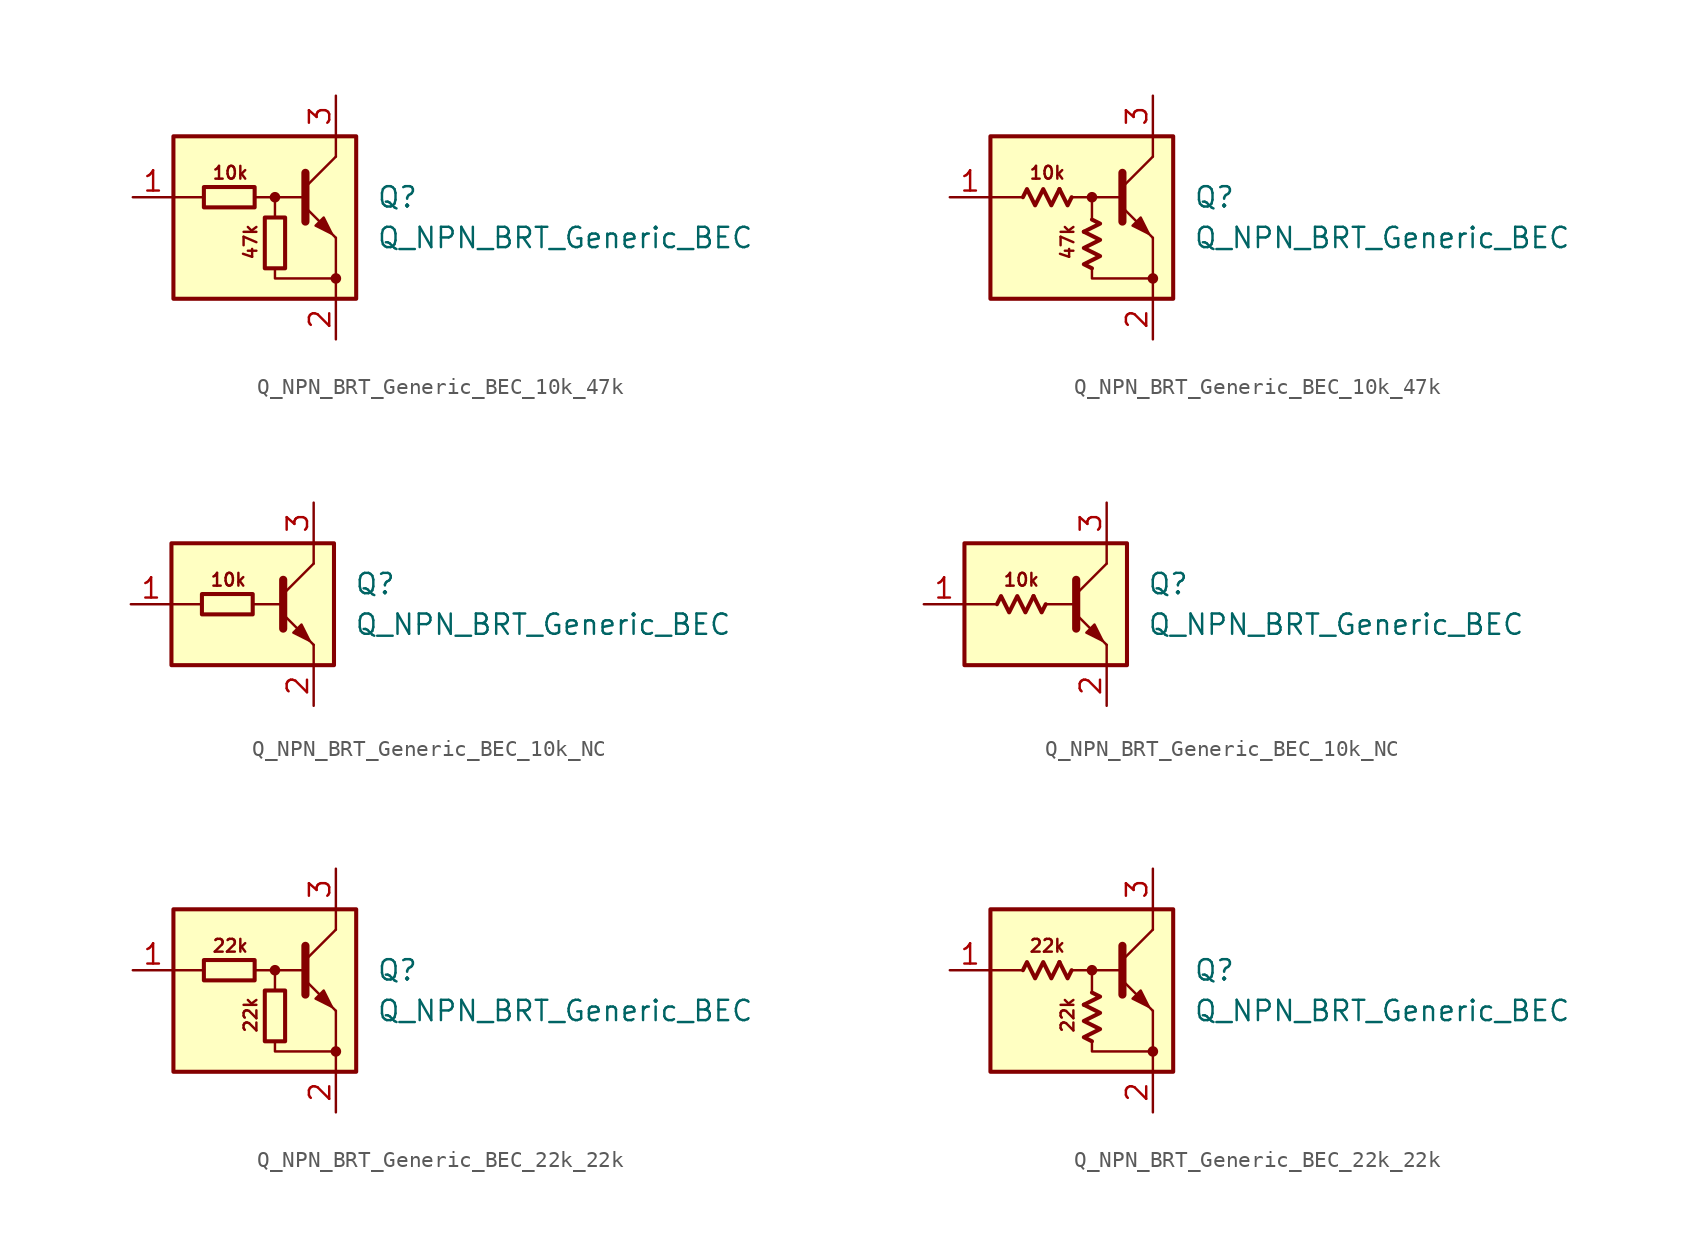
<source format=kicad_sym>
(kicad_symbol_lib
  (version 20220914)
  (generator kicad_symbol_editor)
  (symbol "Q_NPN_BRT_Generic_BEC_10k_47k"
    (pin_names hide)
    (property "Reference" "Q"
      (at 6.35 1.27 0)
      (effects (font (size 1.27 1.27)) (justify left)))
    (property "Value" "Q_NPN_BRT_Generic_BEC"
      (at 6.35 -1.27 0)
      (effects (font (size 1.27 1.27)) (justify left)))
    (symbol "Q_NPN_BRT_Generic_BEC_10k_47k_0_1"
      (rectangle (start -4.445 1.905) (end -1.27 0.635) (stroke (width 0.254) (type default)) (fill (type none)))
      (rectangle (start -0.635 0) (end 0.635 -3.175) (stroke (width 0.254) (type default)) (fill (type none))))
    (symbol "Q_NPN_BRT_Generic_BEC_10k_47k_0_2"
      (polyline (pts (xy -2.032 1.778) (xy -1.524 0.762) (xy -1.27 1.27)) (stroke (width 0.254) (type default)) (fill (type none)))
      (polyline (pts (xy -0.508 -0.889) (xy 0.508 -0.381) (xy 0 -0.127)) (stroke (width 0.254) (type default)) (fill (type none)))
      (polyline (pts (xy -4.318 1.27) (xy -4.064 1.778) (xy -3.556 0.762) (xy -3.048 1.778) (xy -2.54 0.762) (xy -2.032 1.778)) (stroke (width 0.254) (type default)) (fill (type none)))
      (polyline (pts (xy 0 -3.175) (xy -0.508 -2.921) (xy 0.508 -2.413) (xy -0.508 -1.905) (xy 0.508 -1.397) (xy -0.508 -0.889)) (stroke (width 0.254) (type default)) (fill (type none))))
    (symbol "Q_NPN_BRT_Generic_BEC_10k_47k_1_0"
      (rectangle (start -6.35 5.08) (end 5.08 -5.08) (stroke (width 0.254) (type default)) (fill (type background)))
      (polyline (pts (xy -4.445 1.27) (xy -6.35 1.27)) (stroke (width 0) (type default)) (fill (type none)))
      (polyline (pts (xy -0.254 1.27) (xy 1.905 1.27)) (stroke (width 0) (type default)) (fill (type none)))
      (polyline (pts (xy 1.905 1.905) (xy 3.81 3.81)) (stroke (width 0) (type default)) (fill (type none)))
      (polyline (pts (xy 1.905 2.794) (xy 1.905 -0.254)) (stroke (width 0.508) (type default)) (fill (type none)))
      (polyline (pts (xy 3.81 -3.81) (xy 3.81 -5.08)) (stroke (width 0) (type default)) (fill (type none)))
      (polyline (pts (xy 3.81 -3.81) (xy 3.81 -1.27)) (stroke (width 0) (type default)) (fill (type none)))
      (polyline (pts (xy 3.81 3.81) (xy 3.81 5.08)) (stroke (width 0) (type default)) (fill (type none)))
      (polyline (pts (xy -1.27 1.27) (xy 0 1.27) (xy 0 0)) (stroke (width 0) (type default)) (fill (type none)))
      (polyline (pts (xy 0 -3.175) (xy 0 -3.81) (xy 3.81 -3.81)) (stroke (width 0) (type default)) (fill (type none)))
      (polyline (pts (xy 1.905 0.635) (xy 3.81 -1.27) (xy 3.81 -1.27)) (stroke (width 0) (type default)) (fill (type none)))
      (polyline (pts (xy 2.54 -0.508) (xy 3.048 0) (xy 3.556 -1.016) (xy 2.54 -0.508) (xy 2.54 -0.508)) (stroke (width 0) (type default)) (fill (type outline)))
      (circle (center 0 1.27) (radius 0.254) (stroke (width 0) (type default)) (fill (type outline)))
      (circle (center 3.81 -3.81) (radius 0.254) (stroke (width 0) (type default)) (fill (type outline)))
      (text "10k" (at -2.794 2.794 0) (effects (font (size 0.8 0.8))))
      (text "47k" (at -1.524 -1.524 900) (effects (font (size 0.8 0.8)))))
    (symbol "Q_NPN_BRT_Generic_BEC_10k_47k_1_1"
      (pin input line (at -8.89 1.27 0) (length 2.54) (name "B" (effects (font (size 1.27 1.27)))) (number "1" (effects (font (size 1.27 1.27)))))
      (pin passive line (at 3.81 -7.62 90) (length 2.54) (name "E" (effects (font (size 1.27 1.27)))) (number "2" (effects (font (size 1.27 1.27)))))
      (pin passive line (at 3.81 7.62 270) (length 2.54) (name "C" (effects (font (size 1.27 1.27)))) (number "3" (effects (font (size 1.27 1.27))))))
    (symbol "Q_NPN_BRT_Generic_BEC_10k_47k_1_2"
      (pin input line (at -8.89 1.27 0) (length 2.54) (name "B" (effects (font (size 1.27 1.27)))) (number "1" (effects (font (size 1.27 1.27)))))
      (pin passive line (at 3.81 -7.62 90) (length 2.54) (name "E" (effects (font (size 1.27 1.27)))) (number "2" (effects (font (size 1.27 1.27)))))
      (pin passive line (at 3.81 7.62 270) (length 2.54) (name "C" (effects (font (size 1.27 1.27)))) (number "3" (effects (font (size 1.27 1.27)))))))
  (symbol "Q_NPN_BRT_Generic_BEC_10k_NC"
    (pin_names hide)
    (property "Reference" "Q"
      (at 6.35 1.27 0)
      (effects (font (size 1.27 1.27)) (justify left)))
    (property "Value" "Q_NPN_BRT_Generic_BEC"
      (at 6.35 -1.27 0)
      (effects (font (size 1.27 1.27)) (justify left)))
    (symbol "Q_NPN_BRT_Generic_BEC_10k_NC_0_1"
      (rectangle (start -3.175 0.635) (end 0 -0.635) (stroke (width 0.254) (type default)) (fill (type none))))
    (symbol "Q_NPN_BRT_Generic_BEC_10k_NC_0_2"
      (polyline (pts (xy -0.762 0.508) (xy -0.254 -0.508) (xy 0 0)) (stroke (width 0.254) (type default)) (fill (type none)))
      (polyline (pts (xy -3.048 0) (xy -2.794 0.508) (xy -2.286 -0.508) (xy -1.778 0.508) (xy -1.27 -0.508) (xy -0.762 0.508)) (stroke (width 0.254) (type default)) (fill (type none))))
    (symbol "Q_NPN_BRT_Generic_BEC_10k_NC_1_0"
      (rectangle (start -5.08 3.81) (end 5.08 -3.81) (stroke (width 0.254) (type default)) (fill (type background)))
      (polyline (pts (xy -3.175 0) (xy -5.08 0)) (stroke (width 0) (type default)) (fill (type none)))
      (polyline (pts (xy 0 0) (xy 1.905 0)) (stroke (width 0) (type default)) (fill (type none)))
      (polyline (pts (xy 1.905 0.635) (xy 3.81 2.54)) (stroke (width 0) (type default)) (fill (type none)))
      (polyline (pts (xy 1.905 1.524) (xy 1.905 -1.524)) (stroke (width 0.508) (type default)) (fill (type none)))
      (polyline (pts (xy 3.81 -2.54) (xy 3.81 -3.81)) (stroke (width 0) (type default)) (fill (type none)))
      (polyline (pts (xy 3.81 2.54) (xy 3.81 3.81)) (stroke (width 0) (type default)) (fill (type none)))
      (polyline (pts (xy 1.905 -0.635) (xy 3.81 -2.54) (xy 3.81 -2.54)) (stroke (width 0) (type default)) (fill (type none)))
      (polyline (pts (xy 2.54 -1.778) (xy 3.048 -1.27) (xy 3.556 -2.286) (xy 2.54 -1.778) (xy 2.54 -1.778)) (stroke (width 0) (type default)) (fill (type outline)))
      (text "10k" (at -1.524 1.524 0) (effects (font (size 0.8 0.8)))))
    (symbol "Q_NPN_BRT_Generic_BEC_10k_NC_1_1"
      (pin input line (at -7.62 0 0) (length 2.54) (name "B" (effects (font (size 1.27 1.27)))) (number "1" (effects (font (size 1.27 1.27)))))
      (pin passive line (at 3.81 -6.35 90) (length 2.54) (name "E" (effects (font (size 1.27 1.27)))) (number "2" (effects (font (size 1.27 1.27)))))
      (pin passive line (at 3.81 6.35 270) (length 2.54) (name "C" (effects (font (size 1.27 1.27)))) (number "3" (effects (font (size 1.27 1.27))))))
    (symbol "Q_NPN_BRT_Generic_BEC_10k_NC_1_2"
      (pin input line (at -7.62 0 0) (length 2.54) (name "B" (effects (font (size 1.27 1.27)))) (number "1" (effects (font (size 1.27 1.27)))))
      (pin passive line (at 3.81 -6.35 90) (length 2.54) (name "E" (effects (font (size 1.27 1.27)))) (number "2" (effects (font (size 1.27 1.27)))))
      (pin passive line (at 3.81 6.35 270) (length 2.54) (name "C" (effects (font (size 1.27 1.27)))) (number "3" (effects (font (size 1.27 1.27)))))))
  (symbol "Q_NPN_BRT_Generic_BEC_22k_22k"
    (pin_names hide)
    (property "Reference" "Q"
      (at 6.35 1.27 0)
      (effects (font (size 1.27 1.27)) (justify left)))
    (property "Value" "Q_NPN_BRT_Generic_BEC"
      (at 6.35 -1.27 0)
      (effects (font (size 1.27 1.27)) (justify left)))
    (symbol "Q_NPN_BRT_Generic_BEC_22k_22k_0_1"
      (rectangle (start -4.445 1.905) (end -1.27 0.635) (stroke (width 0.254) (type default)) (fill (type none)))
      (rectangle (start -0.635 0) (end 0.635 -3.175) (stroke (width 0.254) (type default)) (fill (type none))))
    (symbol "Q_NPN_BRT_Generic_BEC_22k_22k_0_2"
      (polyline (pts (xy -2.032 1.778) (xy -1.524 0.762) (xy -1.27 1.27)) (stroke (width 0.254) (type default)) (fill (type none)))
      (polyline (pts (xy -0.508 -0.889) (xy 0.508 -0.381) (xy 0 -0.127)) (stroke (width 0.254) (type default)) (fill (type none)))
      (polyline (pts (xy -4.318 1.27) (xy -4.064 1.778) (xy -3.556 0.762) (xy -3.048 1.778) (xy -2.54 0.762) (xy -2.032 1.778)) (stroke (width 0.254) (type default)) (fill (type none)))
      (polyline (pts (xy 0 -3.175) (xy -0.508 -2.921) (xy 0.508 -2.413) (xy -0.508 -1.905) (xy 0.508 -1.397) (xy -0.508 -0.889)) (stroke (width 0.254) (type default)) (fill (type none))))
    (symbol "Q_NPN_BRT_Generic_BEC_22k_22k_1_0"
      (rectangle (start -6.35 5.08) (end 5.08 -5.08) (stroke (width 0.254) (type default)) (fill (type background)))
      (polyline (pts (xy -4.445 1.27) (xy -6.35 1.27)) (stroke (width 0) (type default)) (fill (type none)))
      (polyline (pts (xy -0.254 1.27) (xy 1.905 1.27)) (stroke (width 0) (type default)) (fill (type none)))
      (polyline (pts (xy 1.905 1.905) (xy 3.81 3.81)) (stroke (width 0) (type default)) (fill (type none)))
      (polyline (pts (xy 1.905 2.794) (xy 1.905 -0.254)) (stroke (width 0.508) (type default)) (fill (type none)))
      (polyline (pts (xy 3.81 -3.81) (xy 3.81 -5.08)) (stroke (width 0) (type default)) (fill (type none)))
      (polyline (pts (xy 3.81 -3.81) (xy 3.81 -1.27)) (stroke (width 0) (type default)) (fill (type none)))
      (polyline (pts (xy 3.81 3.81) (xy 3.81 5.08)) (stroke (width 0) (type default)) (fill (type none)))
      (polyline (pts (xy -1.27 1.27) (xy 0 1.27) (xy 0 0)) (stroke (width 0) (type default)) (fill (type none)))
      (polyline (pts (xy 0 -3.175) (xy 0 -3.81) (xy 3.81 -3.81)) (stroke (width 0) (type default)) (fill (type none)))
      (polyline (pts (xy 1.905 0.635) (xy 3.81 -1.27) (xy 3.81 -1.27)) (stroke (width 0) (type default)) (fill (type none)))
      (polyline (pts (xy 2.54 -0.508) (xy 3.048 0) (xy 3.556 -1.016) (xy 2.54 -0.508) (xy 2.54 -0.508)) (stroke (width 0) (type default)) (fill (type outline)))
      (circle (center 0 1.27) (radius 0.254) (stroke (width 0) (type default)) (fill (type outline)))
      (circle (center 3.81 -3.81) (radius 0.254) (stroke (width 0) (type default)) (fill (type outline)))
      (text "22k" (at -2.794 2.794 0) (effects (font (size 0.8 0.8))))
      (text "22k" (at -1.524 -1.524 900) (effects (font (size 0.8 0.8)))))
    (symbol "Q_NPN_BRT_Generic_BEC_22k_22k_1_1"
      (pin input line (at -8.89 1.27 0) (length 2.54) (name "B" (effects (font (size 1.27 1.27)))) (number "1" (effects (font (size 1.27 1.27)))))
      (pin passive line (at 3.81 -7.62 90) (length 2.54) (name "E" (effects (font (size 1.27 1.27)))) (number "2" (effects (font (size 1.27 1.27)))))
      (pin passive line (at 3.81 7.62 270) (length 2.54) (name "C" (effects (font (size 1.27 1.27)))) (number "3" (effects (font (size 1.27 1.27))))))
    (symbol "Q_NPN_BRT_Generic_BEC_22k_22k_1_2"
      (pin input line (at -8.89 1.27 0) (length 2.54) (name "B" (effects (font (size 1.27 1.27)))) (number "1" (effects (font (size 1.27 1.27)))))
      (pin passive line (at 3.81 -7.62 90) (length 2.54) (name "E" (effects (font (size 1.27 1.27)))) (number "2" (effects (font (size 1.27 1.27)))))
      (pin passive line (at 3.81 7.62 270) (length 2.54) (name "C" (effects (font (size 1.27 1.27)))) (number "3" (effects (font (size 1.27 1.27))))))))
</source>
